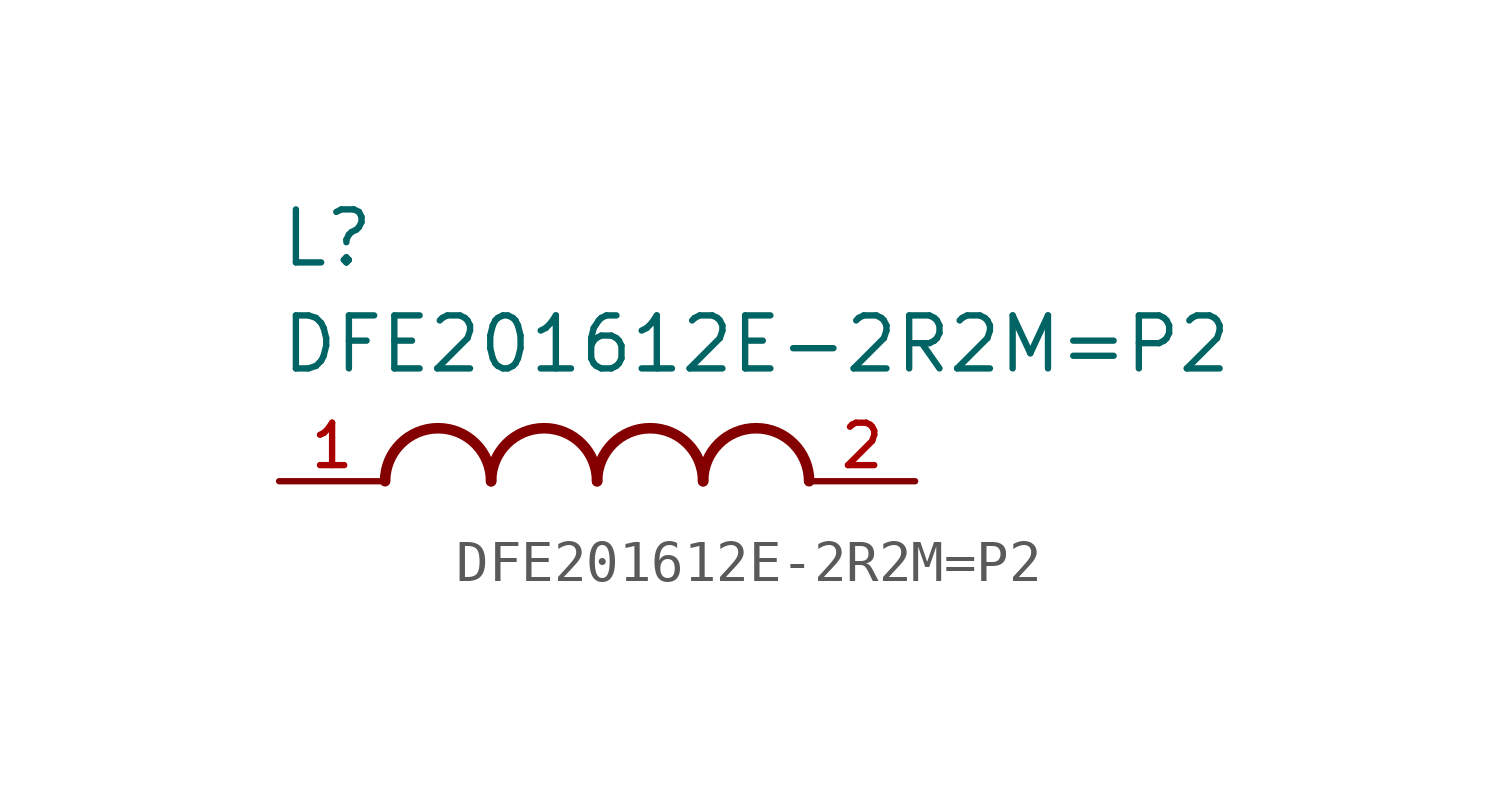
<source format=kicad_sym>
(kicad_symbol_lib
  (version 20211014)
  (generator kicad_symbol_editor)
  (symbol "DFE201612E-2R2M=P2"
    (pin_names
      (offset 1.016))
    (property "Reference" "L"
      (at -7.62 5.08 0)
      (effects (font (size 1.27 1.27)) (justify bottom left)))
    (property "Value" "DFE201612E-2R2M=P2"
      (at -7.62 2.54 0)
      (effects (font (size 1.27 1.27)) (justify bottom left)))
    (symbol "DFE201612E-2R2M=P2_0_0"
      (arc (start -2.54 0.0) (mid -3.81 1.27) (end -5.08 0.0) (stroke (width 0.254) (type default) (color 0 0 0 0)) (fill (type none)))
      (arc (start 0.0 0.0) (mid -1.27 1.27) (end -2.54 0.0) (stroke (width 0.254) (type default) (color 0 0 0 0)) (fill (type none)))
      (arc (start 2.54 0.0) (mid 1.27 1.27) (end 0.0 0.0) (stroke (width 0.254) (type default) (color 0 0 0 0)) (fill (type none)))
      (arc (start 5.08 0.0) (mid 3.81 1.27) (end 2.54 0.0) (stroke (width 0.254) (type default) (color 0 0 0 0)) (fill (type none)))
      (pin passive line (at -7.62 0.0 0) (length 2.54) (name "~" (effects (font (size 1.016 1.016)))) (number "1" (effects (font (size 1.016 1.016)))))
      (pin passive line (at 7.62 0.0 180.0) (length 2.54) (name "~" (effects (font (size 1.016 1.016)))) (number "2" (effects (font (size 1.016 1.016))))))))
</source>
